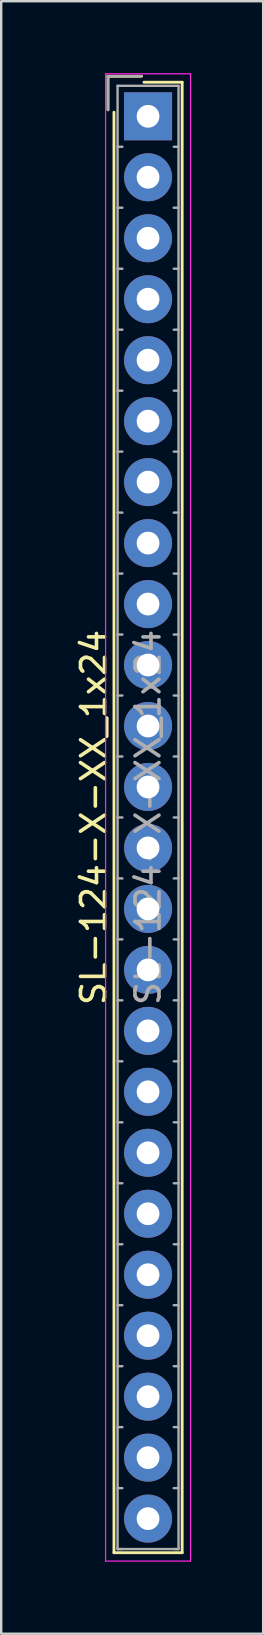
<source format=kicad_pcb>
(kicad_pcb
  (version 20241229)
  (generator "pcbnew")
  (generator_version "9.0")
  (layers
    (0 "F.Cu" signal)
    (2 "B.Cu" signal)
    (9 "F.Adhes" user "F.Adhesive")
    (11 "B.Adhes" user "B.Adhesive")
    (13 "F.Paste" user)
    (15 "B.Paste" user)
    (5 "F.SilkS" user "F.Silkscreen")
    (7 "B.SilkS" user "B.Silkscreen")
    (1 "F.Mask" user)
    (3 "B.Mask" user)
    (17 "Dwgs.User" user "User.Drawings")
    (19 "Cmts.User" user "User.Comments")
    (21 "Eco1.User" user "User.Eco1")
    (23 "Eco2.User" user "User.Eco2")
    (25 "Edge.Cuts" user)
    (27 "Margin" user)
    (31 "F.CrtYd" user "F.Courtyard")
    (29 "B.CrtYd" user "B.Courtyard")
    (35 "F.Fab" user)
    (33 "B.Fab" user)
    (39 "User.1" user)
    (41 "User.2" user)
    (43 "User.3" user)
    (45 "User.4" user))
  (footprint "SL-124-X-XX_1x24"
    (layer "F.Cu")
    (at 3.118 1.795)
    (property "Reference" "SL-124-X-XX_1x24" (at -2.27 29.21 90) (layer "F.SilkS") (effects (font (size 1 1) (thickness 0.15))))
    (attr through_hole)
    (fp_line (start -1.67 -1.67) (end -1.67 -0.27) (stroke (width 0.12) (type solid)) (layer "F.SilkS"))
    (fp_line (start -1.42 59.84) (end -1.42 -0.17) (stroke (width 0.12) (type solid)) (layer "F.SilkS"))
    (fp_line (start -0.27 -1.67) (end -1.67 -1.67) (stroke (width 0.12) (type solid)) (layer "F.SilkS"))
    (fp_line (start -0.17 -1.42) (end 1.42 -1.42) (stroke (width 0.12) (type solid)) (layer "F.SilkS"))
    (fp_line (start 1.42 -1.42) (end 1.42 59.84) (stroke (width 0.12) (type solid)) (layer "F.SilkS"))
    (fp_line (start 1.42 59.84) (end -1.42 59.84) (stroke (width 0.12) (type solid)) (layer "F.SilkS"))
    (fp_line (start -1.77 -1.77) (end -1.77 60.19) (stroke (width 0.05) (type solid)) (layer "F.CrtYd"))
    (fp_line (start -1.77 60.19) (end 1.77 60.19) (stroke (width 0.05) (type solid)) (layer "F.CrtYd"))
    (fp_line (start 1.77 -1.77) (end -1.77 -1.77) (stroke (width 0.05) (type solid)) (layer "F.CrtYd"))
    (fp_line (start 1.77 60.19) (end 1.77 -1.77) (stroke (width 0.05) (type solid)) (layer "F.CrtYd"))
    (fp_line (start -1.67 -1.67) (end -1.67 -0.27) (stroke (width 0.1) (type solid)) (layer "F.Fab"))
    (fp_line (start -1.27 -1.27) (end -1.27 59.69) (stroke (width 0.1) (type solid)) (layer "F.Fab"))
    (fp_line (start -1.27 1.27) (end -1.07 1.27) (stroke (width 0.1) (type solid)) (layer "F.Fab"))
    (fp_line (start -1.27 3.81) (end -1.07 3.81) (stroke (width 0.1) (type solid)) (layer "F.Fab"))
    (fp_line (start -1.27 6.35) (end -1.07 6.35) (stroke (width 0.1) (type solid)) (layer "F.Fab"))
    (fp_line (start -1.27 8.89) (end -1.07 8.89) (stroke (width 0.1) (type solid)) (layer "F.Fab"))
    (fp_line (start -1.27 11.43) (end -1.07 11.43) (stroke (width 0.1) (type solid)) (layer "F.Fab"))
    (fp_line (start -1.27 13.97) (end -1.07 13.97) (stroke (width 0.1) (type solid)) (layer "F.Fab"))
    (fp_line (start -1.27 16.51) (end -1.07 16.51) (stroke (width 0.1) (type solid)) (layer "F.Fab"))
    (fp_line (start -1.27 19.05) (end -1.07 19.05) (stroke (width 0.1) (type solid)) (layer "F.Fab"))
    (fp_line (start -1.27 21.59) (end -1.07 21.59) (stroke (width 0.1) (type solid)) (layer "F.Fab"))
    (fp_line (start -1.27 24.13) (end -1.07 24.13) (stroke (width 0.1) (type solid)) (layer "F.Fab"))
    (fp_line (start -1.27 26.67) (end -1.07 26.67) (stroke (width 0.1) (type solid)) (layer "F.Fab"))
    (fp_line (start -1.27 29.21) (end -1.07 29.21) (stroke (width 0.1) (type solid)) (layer "F.Fab"))
    (fp_line (start -1.27 31.75) (end -1.07 31.75) (stroke (width 0.1) (type solid)) (layer "F.Fab"))
    (fp_line (start -1.27 34.29) (end -1.07 34.29) (stroke (width 0.1) (type solid)) (layer "F.Fab"))
    (fp_line (start -1.27 36.83) (end -1.07 36.83) (stroke (width 0.1) (type solid)) (layer "F.Fab"))
    (fp_line (start -1.27 39.37) (end -1.07 39.37) (stroke (width 0.1) (type solid)) (layer "F.Fab"))
    (fp_line (start -1.27 41.91) (end -1.07 41.91) (stroke (width 0.1) (type solid)) (layer "F.Fab"))
    (fp_line (start -1.27 44.45) (end -1.07 44.45) (stroke (width 0.1) (type solid)) (layer "F.Fab"))
    (fp_line (start -1.27 46.99) (end -1.07 46.99) (stroke (width 0.1) (type solid)) (layer "F.Fab"))
    (fp_line (start -1.27 49.53) (end -1.07 49.53) (stroke (width 0.1) (type solid)) (layer "F.Fab"))
    (fp_line (start -1.27 52.07) (end -1.07 52.07) (stroke (width 0.1) (type solid)) (layer "F.Fab"))
    (fp_line (start -1.27 54.61) (end -1.07 54.61) (stroke (width 0.1) (type solid)) (layer "F.Fab"))
    (fp_line (start -1.27 57.15) (end -1.07 57.15) (stroke (width 0.1) (type solid)) (layer "F.Fab"))
    (fp_line (start -1.27 59.69) (end -1.07 59.69) (stroke (width 0.1) (type solid)) (layer "F.Fab"))
    (fp_line (start -1.27 59.69) (end 1.27 59.69) (stroke (width 0.1) (type solid)) (layer "F.Fab"))
    (fp_line (start -0.27 -1.67) (end -1.67 -1.67) (stroke (width 0.1) (type solid)) (layer "F.Fab"))
    (fp_line (start 1.27 -1.27) (end -1.27 -1.27) (stroke (width 0.1) (type solid)) (layer "F.Fab"))
    (fp_line (start 1.27 1.27) (end 1.07 1.27) (stroke (width 0.1) (type solid)) (layer "F.Fab"))
    (fp_line (start 1.27 3.81) (end 1.07 3.81) (stroke (width 0.1) (type solid)) (layer "F.Fab"))
    (fp_line (start 1.27 6.35) (end 1.07 6.35) (stroke (width 0.1) (type solid)) (layer "F.Fab"))
    (fp_line (start 1.27 8.89) (end 1.07 8.89) (stroke (width 0.1) (type solid)) (layer "F.Fab"))
    (fp_line (start 1.27 11.43) (end 1.07 11.43) (stroke (width 0.1) (type solid)) (layer "F.Fab"))
    (fp_line (start 1.27 13.97) (end 1.07 13.97) (stroke (width 0.1) (type solid)) (layer "F.Fab"))
    (fp_line (start 1.27 16.51) (end 1.07 16.51) (stroke (width 0.1) (type solid)) (layer "F.Fab"))
    (fp_line (start 1.27 19.05) (end 1.07 19.05) (stroke (width 0.1) (type solid)) (layer "F.Fab"))
    (fp_line (start 1.27 21.59) (end 1.07 21.59) (stroke (width 0.1) (type solid)) (layer "F.Fab"))
    (fp_line (start 1.27 24.13) (end 1.07 24.13) (stroke (width 0.1) (type solid)) (layer "F.Fab"))
    (fp_line (start 1.27 26.67) (end 1.07 26.67) (stroke (width 0.1) (type solid)) (layer "F.Fab"))
    (fp_line (start 1.27 29.21) (end 1.07 29.21) (stroke (width 0.1) (type solid)) (layer "F.Fab"))
    (fp_line (start 1.27 31.75) (end 1.07 31.75) (stroke (width 0.1) (type solid)) (layer "F.Fab"))
    (fp_line (start 1.27 34.29) (end 1.07 34.29) (stroke (width 0.1) (type solid)) (layer "F.Fab"))
    (fp_line (start 1.27 36.83) (end 1.07 36.83) (stroke (width 0.1) (type solid)) (layer "F.Fab"))
    (fp_line (start 1.27 39.37) (end 1.07 39.37) (stroke (width 0.1) (type solid)) (layer "F.Fab"))
    (fp_line (start 1.27 41.91) (end 1.07 41.91) (stroke (width 0.1) (type solid)) (layer "F.Fab"))
    (fp_line (start 1.27 44.45) (end 1.07 44.45) (stroke (width 0.1) (type solid)) (layer "F.Fab"))
    (fp_line (start 1.27 46.99) (end 1.07 46.99) (stroke (width 0.1) (type solid)) (layer "F.Fab"))
    (fp_line (start 1.27 49.53) (end 1.07 49.53) (stroke (width 0.1) (type solid)) (layer "F.Fab"))
    (fp_line (start 1.27 52.07) (end 1.07 52.07) (stroke (width 0.1) (type solid)) (layer "F.Fab"))
    (fp_line (start 1.27 54.61) (end 1.07 54.61) (stroke (width 0.1) (type solid)) (layer "F.Fab"))
    (fp_line (start 1.27 57.15) (end 1.07 57.15) (stroke (width 0.1) (type solid)) (layer "F.Fab"))
    (fp_line (start 1.27 59.69) (end 1.07 59.69) (stroke (width 0.1) (type solid)) (layer "F.Fab"))
    (fp_line (start 1.27 59.69) (end 1.27 -1.27) (stroke (width 0.1) (type solid)) (layer "F.Fab"))
    (fp_text user "${REFERENCE}" (at 0 29.21 90) (layer "F.Fab") (effects (font (size 1 1) (thickness 0.15))))
    (pad "1" thru_hole rect (at 0 0) (size 2 2) (drill 0.95) (layers "*.Cu" "*.Mask"))
    (pad "2" thru_hole circle (at 0 2.54) (size 2 2) (drill 0.95) (layers "*.Cu" "*.Mask"))
    (pad "3" thru_hole circle (at 0 5.08) (size 2 2) (drill 0.95) (layers "*.Cu" "*.Mask"))
    (pad "4" thru_hole circle (at 0 7.62) (size 2 2) (drill 0.95) (layers "*.Cu" "*.Mask"))
    (pad "5" thru_hole circle (at 0 10.16) (size 2 2) (drill 0.95) (layers "*.Cu" "*.Mask"))
    (pad "6" thru_hole circle (at 0 12.7) (size 2 2) (drill 0.95) (layers "*.Cu" "*.Mask"))
    (pad "7" thru_hole circle (at 0 15.24) (size 2 2) (drill 0.95) (layers "*.Cu" "*.Mask"))
    (pad "8" thru_hole circle (at 0 17.78) (size 2 2) (drill 0.95) (layers "*.Cu" "*.Mask"))
    (pad "9" thru_hole circle (at 0 20.32) (size 2 2) (drill 0.95) (layers "*.Cu" "*.Mask"))
    (pad "10" thru_hole circle (at 0 22.86) (size 2 2) (drill 0.95) (layers "*.Cu" "*.Mask"))
    (pad "11" thru_hole circle (at 0 25.4) (size 2 2) (drill 0.95) (layers "*.Cu" "*.Mask"))
    (pad "12" thru_hole circle (at 0 27.94) (size 2 2) (drill 0.95) (layers "*.Cu" "*.Mask"))
    (pad "13" thru_hole circle (at 0 30.48) (size 2 2) (drill 0.95) (layers "*.Cu" "*.Mask"))
    (pad "14" thru_hole circle (at 0 33.02) (size 2 2) (drill 0.95) (layers "*.Cu" "*.Mask"))
    (pad "15" thru_hole circle (at 0 35.56) (size 2 2) (drill 0.95) (layers "*.Cu" "*.Mask"))
    (pad "16" thru_hole circle (at 0 38.1) (size 2 2) (drill 0.95) (layers "*.Cu" "*.Mask"))
    (pad "17" thru_hole circle (at 0 40.64) (size 2 2) (drill 0.95) (layers "*.Cu" "*.Mask"))
    (pad "18" thru_hole circle (at 0 43.18) (size 2 2) (drill 0.95) (layers "*.Cu" "*.Mask"))
    (pad "19" thru_hole circle (at 0 45.72) (size 2 2) (drill 0.95) (layers "*.Cu" "*.Mask"))
    (pad "20" thru_hole circle (at 0 48.26) (size 2 2) (drill 0.95) (layers "*.Cu" "*.Mask"))
    (pad "21" thru_hole circle (at 0 50.8) (size 2 2) (drill 0.95) (layers "*.Cu" "*.Mask"))
    (pad "22" thru_hole circle (at 0 53.34) (size 2 2) (drill 0.95) (layers "*.Cu" "*.Mask"))
    (pad "23" thru_hole circle (at 0 55.88) (size 2 2) (drill 0.95) (layers "*.Cu" "*.Mask"))
    (pad "24" thru_hole circle (at 0 58.42) (size 2 2) (drill 0.95) (layers "*.Cu" "*.Mask")))
  (gr_rect
    (start -3 -3)
    (end 7.913 65.01)
    (stroke (width 0.1) (type default))
    (fill no)
    (layer "Edge.Cuts")))
</source>
